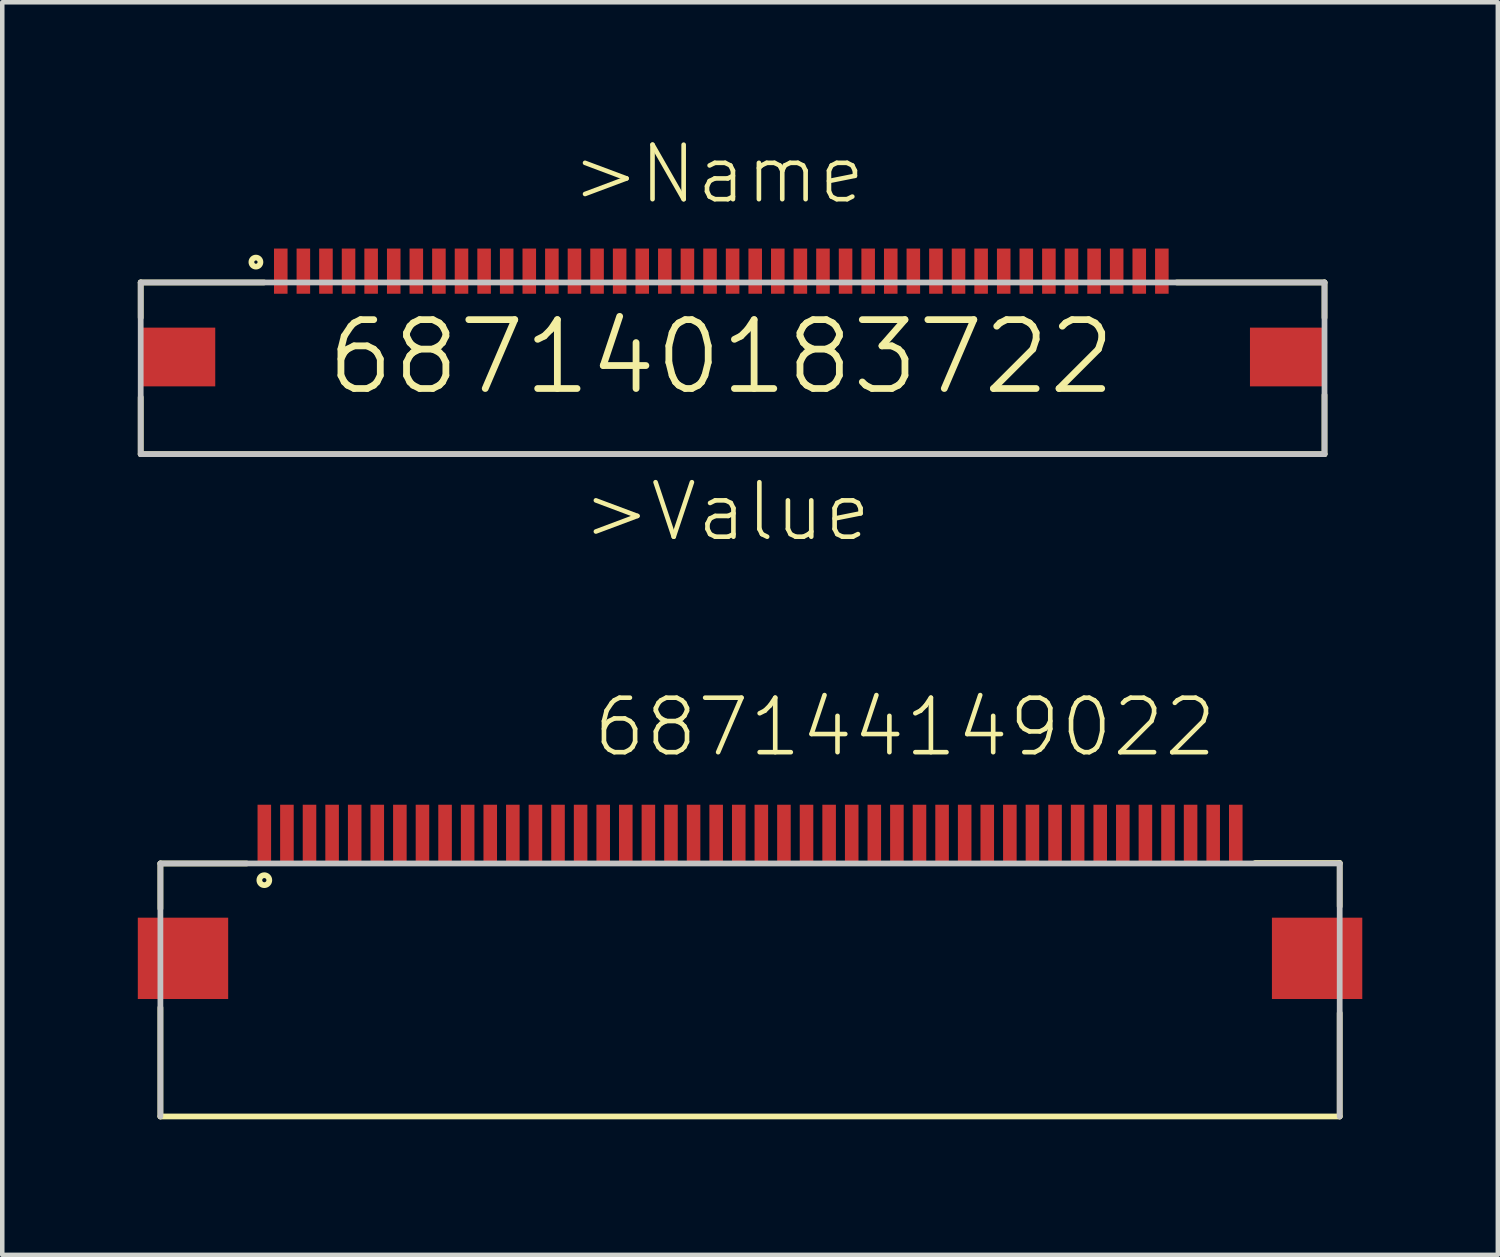
<source format=kicad_pcb>
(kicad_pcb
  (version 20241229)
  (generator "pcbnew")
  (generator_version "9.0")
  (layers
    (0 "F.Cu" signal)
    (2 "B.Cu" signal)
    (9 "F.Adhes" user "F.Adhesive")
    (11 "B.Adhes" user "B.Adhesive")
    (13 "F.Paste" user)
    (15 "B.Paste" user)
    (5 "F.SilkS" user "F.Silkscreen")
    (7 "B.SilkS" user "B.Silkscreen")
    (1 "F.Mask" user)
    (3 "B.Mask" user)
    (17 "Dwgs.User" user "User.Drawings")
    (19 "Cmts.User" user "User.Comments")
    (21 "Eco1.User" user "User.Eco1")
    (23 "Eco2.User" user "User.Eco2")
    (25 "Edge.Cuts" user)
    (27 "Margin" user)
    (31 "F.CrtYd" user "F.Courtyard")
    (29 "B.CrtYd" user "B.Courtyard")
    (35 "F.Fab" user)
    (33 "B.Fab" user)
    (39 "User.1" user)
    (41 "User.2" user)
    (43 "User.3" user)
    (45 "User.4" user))
  (footprint "687140183722"
    (layer "F.Cu")
    (at 12.914 4.851)
    (property "Reference" "687140183722" (at 0 0 0) (layer "F.SilkS") (effects (font (size 1.524 1.524) (thickness 0.15))))
    (attr through_hole)
    (fp_line (start -12.85 -1.65) (end -12.85 -0.87) (stroke (width 0.127) (type solid)) (layer "F.SilkS"))
    (fp_line (start -12.85 0.89) (end -12.85 2.15) (stroke (width 0.127) (type solid)) (layer "F.SilkS"))
    (fp_line (start -12.85 2.15) (end 13.35 2.15) (stroke (width 0.127) (type solid)) (layer "F.SilkS"))
    (fp_line (start -10.12 -1.65) (end -12.85 -1.65) (stroke (width 0.127) (type solid)) (layer "F.SilkS"))
    (fp_line (start 10.08 -1.65) (end 13.35 -1.65) (stroke (width 0.127) (type solid)) (layer "F.SilkS"))
    (fp_line (start 13.35 -1.65) (end 13.35 -0.87) (stroke (width 0.127) (type solid)) (layer "F.SilkS"))
    (fp_line (start 13.35 2.15) (end 13.35 0.84) (stroke (width 0.127) (type solid)) (layer "F.SilkS"))
    (fp_circle (center -10.3 -2.1) (end -10.2 -2.1) (stroke (width 0.127) (type solid)) (fill no) (layer "F.SilkS"))
    (fp_line (start -12.85 -1.65) (end 13.35 -1.65) (stroke (width 0.127) (type solid)) (layer "Dwgs.User"))
    (fp_line (start -12.85 2.15) (end -12.85 -1.65) (stroke (width 0.127) (type solid)) (layer "Dwgs.User"))
    (fp_line (start 13.35 -1.65) (end 13.35 2.15) (stroke (width 0.127) (type solid)) (layer "Dwgs.User"))
    (fp_line (start 13.35 2.15) (end -12.85 2.15) (stroke (width 0.127) (type solid)) (layer "Dwgs.User"))
    (fp_text user ">Name" (at -3.37 -3.34 0) (layer "F.SilkS") (effects (font (size 1.206 1.206) (thickness 0.102)) (justify left bottom)))
    (fp_text user ">Value" (at -3.13 4.13 0) (layer "F.SilkS") (effects (font (size 1.206 1.206) (thickness 0.102)) (justify left bottom)))
    (pad "1" smd rect (at -9.75 -1.9 90) (size 1 0.3) (layers "F.Cu" "F.Mask" "F.Paste"))
    (pad "2" smd rect (at -9.25 -1.9 90) (size 1 0.3) (layers "F.Cu" "F.Mask" "F.Paste"))
    (pad "3" smd rect (at -8.75 -1.9 90) (size 1 0.3) (layers "F.Cu" "F.Mask" "F.Paste"))
    (pad "4" smd rect (at -8.25 -1.9 90) (size 1 0.3) (layers "F.Cu" "F.Mask" "F.Paste"))
    (pad "5" smd rect (at -7.75 -1.9 90) (size 1 0.3) (layers "F.Cu" "F.Mask" "F.Paste"))
    (pad "6" smd rect (at -7.25 -1.9 90) (size 1 0.3) (layers "F.Cu" "F.Mask" "F.Paste"))
    (pad "7" smd rect (at -6.75 -1.9 90) (size 1 0.3) (layers "F.Cu" "F.Mask" "F.Paste"))
    (pad "8" smd rect (at -6.25 -1.9 90) (size 1 0.3) (layers "F.Cu" "F.Mask" "F.Paste"))
    (pad "9" smd rect (at -5.75 -1.9 90) (size 1 0.3) (layers "F.Cu" "F.Mask" "F.Paste"))
    (pad "10" smd rect (at -5.25 -1.9 90) (size 1 0.3) (layers "F.Cu" "F.Mask" "F.Paste"))
    (pad "11" smd rect (at -4.75 -1.9 90) (size 1 0.3) (layers "F.Cu" "F.Mask" "F.Paste"))
    (pad "12" smd rect (at -4.25 -1.9 90) (size 1 0.3) (layers "F.Cu" "F.Mask" "F.Paste"))
    (pad "13" smd rect (at -3.75 -1.9 90) (size 1 0.3) (layers "F.Cu" "F.Mask" "F.Paste"))
    (pad "14" smd rect (at -3.25 -1.9 90) (size 1 0.3) (layers "F.Cu" "F.Mask" "F.Paste"))
    (pad "15" smd rect (at -2.75 -1.9 90) (size 1 0.3) (layers "F.Cu" "F.Mask" "F.Paste"))
    (pad "16" smd rect (at -2.25 -1.9 90) (size 1 0.3) (layers "F.Cu" "F.Mask" "F.Paste"))
    (pad "17" smd rect (at -1.75 -1.9 90) (size 1 0.3) (layers "F.Cu" "F.Mask" "F.Paste"))
    (pad "18" smd rect (at -1.25 -1.9 90) (size 1 0.3) (layers "F.Cu" "F.Mask" "F.Paste"))
    (pad "19" smd rect (at -0.75 -1.9 90) (size 1 0.3) (layers "F.Cu" "F.Mask" "F.Paste"))
    (pad "20" smd rect (at -0.25 -1.9 90) (size 1 0.3) (layers "F.Cu" "F.Mask" "F.Paste"))
    (pad "21" smd rect (at 0.25 -1.9 90) (size 1 0.3) (layers "F.Cu" "F.Mask" "F.Paste"))
    (pad "22" smd rect (at 0.75 -1.9 90) (size 1 0.3) (layers "F.Cu" "F.Mask" "F.Paste"))
    (pad "23" smd rect (at 1.25 -1.9 90) (size 1 0.3) (layers "F.Cu" "F.Mask" "F.Paste"))
    (pad "24" smd rect (at 1.75 -1.9 90) (size 1 0.3) (layers "F.Cu" "F.Mask" "F.Paste"))
    (pad "25" smd rect (at 2.25 -1.9 90) (size 1 0.3) (layers "F.Cu" "F.Mask" "F.Paste"))
    (pad "26" smd rect (at 2.75 -1.9 90) (size 1 0.3) (layers "F.Cu" "F.Mask" "F.Paste"))
    (pad "27" smd rect (at 3.25 -1.9 90) (size 1 0.3) (layers "F.Cu" "F.Mask" "F.Paste"))
    (pad "28" smd rect (at 3.75 -1.9 90) (size 1 0.3) (layers "F.Cu" "F.Mask" "F.Paste"))
    (pad "29" smd rect (at 4.25 -1.9 90) (size 1 0.3) (layers "F.Cu" "F.Mask" "F.Paste"))
    (pad "30" smd rect (at 4.75 -1.9 90) (size 1 0.3) (layers "F.Cu" "F.Mask" "F.Paste"))
    (pad "31" smd rect (at 5.25 -1.9 90) (size 1 0.3) (layers "F.Cu" "F.Mask" "F.Paste"))
    (pad "32" smd rect (at 5.75 -1.9 90) (size 1 0.3) (layers "F.Cu" "F.Mask" "F.Paste"))
    (pad "33" smd rect (at 6.25 -1.9 90) (size 1 0.3) (layers "F.Cu" "F.Mask" "F.Paste"))
    (pad "34" smd rect (at 6.75 -1.9 90) (size 1 0.3) (layers "F.Cu" "F.Mask" "F.Paste"))
    (pad "35" smd rect (at 7.25 -1.9 90) (size 1 0.3) (layers "F.Cu" "F.Mask" "F.Paste"))
    (pad "36" smd rect (at 7.75 -1.9 90) (size 1 0.3) (layers "F.Cu" "F.Mask" "F.Paste"))
    (pad "37" smd rect (at 8.25 -1.9 90) (size 1 0.3) (layers "F.Cu" "F.Mask" "F.Paste"))
    (pad "38" smd rect (at 8.75 -1.9 90) (size 1 0.3) (layers "F.Cu" "F.Mask" "F.Paste"))
    (pad "39" smd rect (at 9.25 -1.9 90) (size 1 0.3) (layers "F.Cu" "F.Mask" "F.Paste"))
    (pad "40" smd rect (at 9.75 -1.9 90) (size 1 0.3) (layers "F.Cu" "F.Mask" "F.Paste"))
    (pad "Z1" smd rect (at -12.025 0) (size 1.65 1.3) (layers "F.Cu" "F.Mask" "F.Paste"))
    (pad "Z2" smd rect (at 12.525 0) (size 1.65 1.3) (layers "F.Cu" "F.Mask" "F.Paste")))
  (footprint "687144149022"
    (layer "F.Cu")
    (at 13.55 15.41)
    (property "Reference" "687144149022" (at -3.53 -1.66 0) (layer "F.SilkS") (effects (font (size 1.206 1.206) (thickness 0.102)) (justify left bottom)))
    (attr through_hole)
    (fp_line (start -13.05 0.65) (end -13.05 1.65) (stroke (width 0.127) (type solid)) (layer "F.SilkS"))
    (fp_line (start -13.05 3.84) (end -13.05 6.25) (stroke (width 0.127) (type solid)) (layer "F.SilkS"))
    (fp_line (start -11.14 0.65) (end -13.05 0.65) (stroke (width 0.127) (type solid)) (layer "F.SilkS"))
    (fp_line (start 11.18 0.64) (end 13.05 0.64) (stroke (width 0.127) (type solid)) (layer "F.SilkS"))
    (fp_line (start 13.05 0.64) (end 13.05 1.6) (stroke (width 0.127) (type solid)) (layer "F.SilkS"))
    (fp_line (start 13.05 3.96) (end 13.05 6.25) (stroke (width 0.127) (type solid)) (layer "F.SilkS"))
    (fp_line (start 13.05 6.25) (end -13.05 6.25) (stroke (width 0.127) (type solid)) (layer "F.SilkS"))
    (fp_circle (center -10.75 1.02) (end -10.64 1.02) (stroke (width 0.127) (type solid)) (fill no) (layer "F.SilkS"))
    (fp_line (start -13.05 0.65) (end 13.05 0.65) (stroke (width 0.127) (type solid)) (layer "Dwgs.User"))
    (fp_line (start -13.05 6.25) (end -13.05 0.65) (stroke (width 0.127) (type solid)) (layer "Dwgs.User"))
    (fp_line (start 13.05 0.65) (end 13.05 6.25) (stroke (width 0.127) (type solid)) (layer "Dwgs.User"))
    (pad "1" smd rect (at -10.75 0) (size 0.3 1.3) (layers "F.Cu" "F.Mask" "F.Paste"))
    (pad "2" smd rect (at -10.25 0) (size 0.3 1.3) (layers "F.Cu" "F.Mask" "F.Paste"))
    (pad "3" smd rect (at -9.75 0) (size 0.3 1.3) (layers "F.Cu" "F.Mask" "F.Paste"))
    (pad "4" smd rect (at -9.25 0) (size 0.3 1.3) (layers "F.Cu" "F.Mask" "F.Paste"))
    (pad "5" smd rect (at -8.75 0) (size 0.3 1.3) (layers "F.Cu" "F.Mask" "F.Paste"))
    (pad "6" smd rect (at -8.25 0) (size 0.3 1.3) (layers "F.Cu" "F.Mask" "F.Paste"))
    (pad "7" smd rect (at -7.75 0) (size 0.3 1.3) (layers "F.Cu" "F.Mask" "F.Paste"))
    (pad "8" smd rect (at -7.25 0) (size 0.3 1.3) (layers "F.Cu" "F.Mask" "F.Paste"))
    (pad "9" smd rect (at -6.75 0) (size 0.3 1.3) (layers "F.Cu" "F.Mask" "F.Paste"))
    (pad "10" smd rect (at -6.25 0) (size 0.3 1.3) (layers "F.Cu" "F.Mask" "F.Paste"))
    (pad "11" smd rect (at -5.75 0) (size 0.3 1.3) (layers "F.Cu" "F.Mask" "F.Paste"))
    (pad "12" smd rect (at -5.25 0) (size 0.3 1.3) (layers "F.Cu" "F.Mask" "F.Paste"))
    (pad "13" smd rect (at -4.75 0) (size 0.3 1.3) (layers "F.Cu" "F.Mask" "F.Paste"))
    (pad "14" smd rect (at -4.25 0) (size 0.3 1.3) (layers "F.Cu" "F.Mask" "F.Paste"))
    (pad "15" smd rect (at -3.75 0) (size 0.3 1.3) (layers "F.Cu" "F.Mask" "F.Paste"))
    (pad "16" smd rect (at -3.25 0) (size 0.3 1.3) (layers "F.Cu" "F.Mask" "F.Paste"))
    (pad "17" smd rect (at -2.75 0) (size 0.3 1.3) (layers "F.Cu" "F.Mask" "F.Paste"))
    (pad "18" smd rect (at -2.25 0) (size 0.3 1.3) (layers "F.Cu" "F.Mask" "F.Paste"))
    (pad "19" smd rect (at -1.75 0) (size 0.3 1.3) (layers "F.Cu" "F.Mask" "F.Paste"))
    (pad "20" smd rect (at -1.25 0) (size 0.3 1.3) (layers "F.Cu" "F.Mask" "F.Paste"))
    (pad "21" smd rect (at -0.75 0) (size 0.3 1.3) (layers "F.Cu" "F.Mask" "F.Paste"))
    (pad "22" smd rect (at -0.25 0) (size 0.3 1.3) (layers "F.Cu" "F.Mask" "F.Paste"))
    (pad "23" smd rect (at 0.25 0) (size 0.3 1.3) (layers "F.Cu" "F.Mask" "F.Paste"))
    (pad "24" smd rect (at 0.75 0) (size 0.3 1.3) (layers "F.Cu" "F.Mask" "F.Paste"))
    (pad "25" smd rect (at 1.25 0) (size 0.3 1.3) (layers "F.Cu" "F.Mask" "F.Paste"))
    (pad "26" smd rect (at 1.75 0) (size 0.3 1.3) (layers "F.Cu" "F.Mask" "F.Paste"))
    (pad "27" smd rect (at 2.25 0) (size 0.3 1.3) (layers "F.Cu" "F.Mask" "F.Paste"))
    (pad "28" smd rect (at 2.75 0) (size 0.3 1.3) (layers "F.Cu" "F.Mask" "F.Paste"))
    (pad "29" smd rect (at 3.25 0) (size 0.3 1.3) (layers "F.Cu" "F.Mask" "F.Paste"))
    (pad "30" smd rect (at 3.75 0) (size 0.3 1.3) (layers "F.Cu" "F.Mask" "F.Paste"))
    (pad "31" smd rect (at 4.25 0) (size 0.3 1.3) (layers "F.Cu" "F.Mask" "F.Paste"))
    (pad "32" smd rect (at 4.75 0) (size 0.3 1.3) (layers "F.Cu" "F.Mask" "F.Paste"))
    (pad "33" smd rect (at 5.25 0) (size 0.3 1.3) (layers "F.Cu" "F.Mask" "F.Paste"))
    (pad "34" smd rect (at 5.75 0) (size 0.3 1.3) (layers "F.Cu" "F.Mask" "F.Paste"))
    (pad "35" smd rect (at 6.25 0) (size 0.3 1.3) (layers "F.Cu" "F.Mask" "F.Paste"))
    (pad "36" smd rect (at 6.75 0) (size 0.3 1.3) (layers "F.Cu" "F.Mask" "F.Paste"))
    (pad "37" smd rect (at 7.25 0) (size 0.3 1.3) (layers "F.Cu" "F.Mask" "F.Paste"))
    (pad "38" smd rect (at 7.75 0) (size 0.3 1.3) (layers "F.Cu" "F.Mask" "F.Paste"))
    (pad "39" smd rect (at 8.25 0) (size 0.3 1.3) (layers "F.Cu" "F.Mask" "F.Paste"))
    (pad "40" smd rect (at 8.75 0) (size 0.3 1.3) (layers "F.Cu" "F.Mask" "F.Paste"))
    (pad "41" smd rect (at 9.25 0) (size 0.3 1.3) (layers "F.Cu" "F.Mask" "F.Paste"))
    (pad "42" smd rect (at 9.75 0) (size 0.3 1.3) (layers "F.Cu" "F.Mask" "F.Paste"))
    (pad "43" smd rect (at 10.25 0) (size 0.3 1.3) (layers "F.Cu" "F.Mask" "F.Paste"))
    (pad "44" smd rect (at 10.75 0) (size 0.3 1.3) (layers "F.Cu" "F.Mask" "F.Paste"))
    (pad "Z1" smd rect (at -12.55 2.75) (size 2 1.8) (layers "F.Cu" "F.Mask" "F.Paste"))
    (pad "Z2" smd rect (at 12.55 2.75) (size 2 1.8) (layers "F.Cu" "F.Mask" "F.Paste")))
  (gr_rect
    (start -3 -3)
    (end 30.1 24.723)
    (stroke (width 0.1) (type default))
    (fill no)
    (layer "Edge.Cuts")))
</source>
